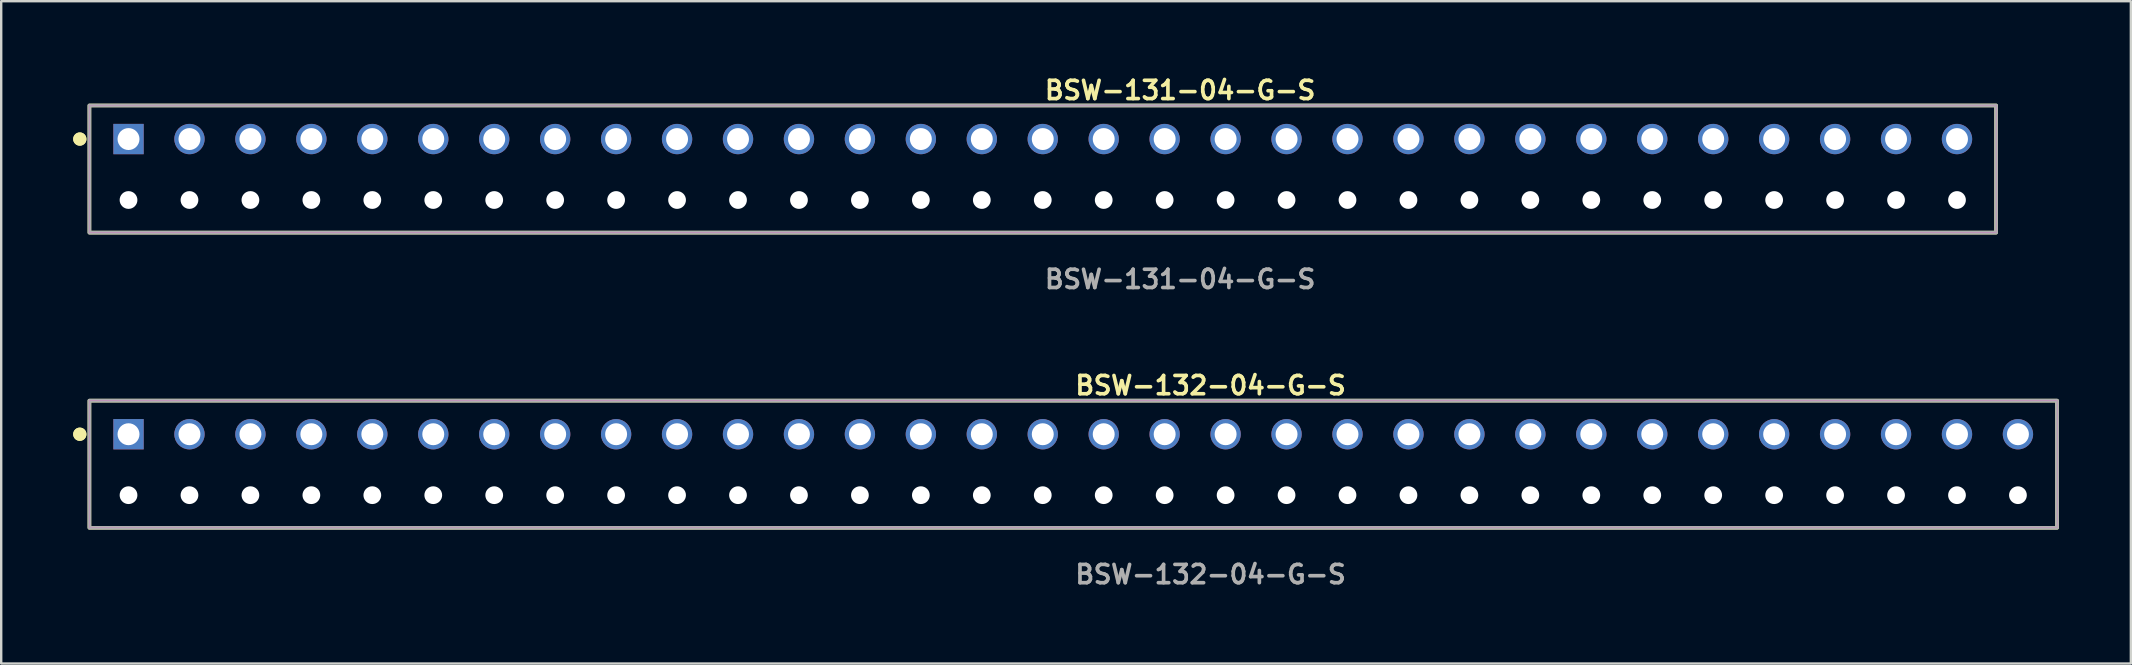
<source format=kicad_pcb>
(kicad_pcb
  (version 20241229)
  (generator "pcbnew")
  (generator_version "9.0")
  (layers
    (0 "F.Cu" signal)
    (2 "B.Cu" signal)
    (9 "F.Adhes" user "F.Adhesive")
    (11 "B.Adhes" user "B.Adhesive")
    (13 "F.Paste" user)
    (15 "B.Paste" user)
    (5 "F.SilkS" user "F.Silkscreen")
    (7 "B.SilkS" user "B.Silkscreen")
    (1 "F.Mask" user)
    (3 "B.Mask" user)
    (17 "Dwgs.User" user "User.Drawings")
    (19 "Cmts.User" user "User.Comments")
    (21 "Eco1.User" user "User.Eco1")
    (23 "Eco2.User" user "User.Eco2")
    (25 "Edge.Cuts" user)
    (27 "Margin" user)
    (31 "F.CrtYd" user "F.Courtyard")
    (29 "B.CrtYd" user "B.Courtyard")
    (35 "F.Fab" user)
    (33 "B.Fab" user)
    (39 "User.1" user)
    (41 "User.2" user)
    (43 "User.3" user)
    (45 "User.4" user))
  (footprint "BSW-131-04-G-S"
    (layer "F.Cu")
    (at 40.406 2.745)
    (property "Reference" "BSW-131-04-G-S" (at 0 -2.032 0) (unlocked yes) (layer "F.SilkS") (effects (font (size 0.762 0.762) (thickness 0.152)) (justify left)))
    (fp_rect (start -39.73 3.9) (end 39.73 -1.4) (stroke (width 0.152) (type solid)) (fill no) (layer "F.SilkS"))
    (fp_circle (center -40.13 0) (end -40.33 0) (stroke (width 0.152) (type solid)) (fill yes) (layer "F.SilkS"))
    (fp_circle (center -40.13 0) (end -40.33 0) (stroke (width 0.152) (type solid)) (fill yes) (layer "F.SilkS"))
    (fp_rect (start -39.73 3.9) (end 39.73 -1.4) (stroke (width 0.006) (type solid)) (fill no) (layer "F.CrtYd"))
    (fp_rect (start -39.73 3.9) (end 39.73 -1.4) (stroke (width 0.152) (type solid)) (fill no) (layer "F.Fab"))
    (fp_text user "${REFERENCE}" (at 0 5.842 0) (unlocked yes) (layer "F.Fab") (effects (font (size 0.762 0.762) (thickness 0.152)) (justify left)))
    (pad "" np_thru_hole circle (at -38.1 2.54) (size 0.74 0.74) (drill 0.74) (layers "*.Cu" "*.Mask"))
    (pad "" np_thru_hole circle (at -35.56 2.54) (size 0.74 0.74) (drill 0.74) (layers "*.Cu" "*.Mask"))
    (pad "" np_thru_hole circle (at -33.02 2.54) (size 0.74 0.74) (drill 0.74) (layers "*.Cu" "*.Mask"))
    (pad "" np_thru_hole circle (at -30.48 2.54) (size 0.74 0.74) (drill 0.74) (layers "*.Cu" "*.Mask"))
    (pad "" np_thru_hole circle (at -27.94 2.54) (size 0.74 0.74) (drill 0.74) (layers "*.Cu" "*.Mask"))
    (pad "" np_thru_hole circle (at -25.4 2.54) (size 0.74 0.74) (drill 0.74) (layers "*.Cu" "*.Mask"))
    (pad "" np_thru_hole circle (at -22.86 2.54) (size 0.74 0.74) (drill 0.74) (layers "*.Cu" "*.Mask"))
    (pad "" np_thru_hole circle (at -20.32 2.54) (size 0.74 0.74) (drill 0.74) (layers "*.Cu" "*.Mask"))
    (pad "" np_thru_hole circle (at -17.78 2.54) (size 0.74 0.74) (drill 0.74) (layers "*.Cu" "*.Mask"))
    (pad "" np_thru_hole circle (at -15.24 2.54) (size 0.74 0.74) (drill 0.74) (layers "*.Cu" "*.Mask"))
    (pad "" np_thru_hole circle (at -12.7 2.54) (size 0.74 0.74) (drill 0.74) (layers "*.Cu" "*.Mask"))
    (pad "" np_thru_hole circle (at -10.16 2.54) (size 0.74 0.74) (drill 0.74) (layers "*.Cu" "*.Mask"))
    (pad "" np_thru_hole circle (at -7.62 2.54) (size 0.74 0.74) (drill 0.74) (layers "*.Cu" "*.Mask"))
    (pad "" np_thru_hole circle (at -5.08 2.54) (size 0.74 0.74) (drill 0.74) (layers "*.Cu" "*.Mask"))
    (pad "" np_thru_hole circle (at -2.54 2.54) (size 0.74 0.74) (drill 0.74) (layers "*.Cu" "*.Mask"))
    (pad "" np_thru_hole circle (at 0 2.54) (size 0.74 0.74) (drill 0.74) (layers "*.Cu" "*.Mask"))
    (pad "" np_thru_hole circle (at 2.54 2.54) (size 0.74 0.74) (drill 0.74) (layers "*.Cu" "*.Mask"))
    (pad "" np_thru_hole circle (at 5.08 2.54) (size 0.74 0.74) (drill 0.74) (layers "*.Cu" "*.Mask"))
    (pad "" np_thru_hole circle (at 7.62 2.54) (size 0.74 0.74) (drill 0.74) (layers "*.Cu" "*.Mask"))
    (pad "" np_thru_hole circle (at 10.16 2.54) (size 0.74 0.74) (drill 0.74) (layers "*.Cu" "*.Mask"))
    (pad "" np_thru_hole circle (at 12.7 2.54) (size 0.74 0.74) (drill 0.74) (layers "*.Cu" "*.Mask"))
    (pad "" np_thru_hole circle (at 15.24 2.54) (size 0.74 0.74) (drill 0.74) (layers "*.Cu" "*.Mask"))
    (pad "" np_thru_hole circle (at 17.78 2.54) (size 0.74 0.74) (drill 0.74) (layers "*.Cu" "*.Mask"))
    (pad "" np_thru_hole circle (at 20.32 2.54) (size 0.74 0.74) (drill 0.74) (layers "*.Cu" "*.Mask"))
    (pad "" np_thru_hole circle (at 22.86 2.54) (size 0.74 0.74) (drill 0.74) (layers "*.Cu" "*.Mask"))
    (pad "" np_thru_hole circle (at 25.4 2.54) (size 0.74 0.74) (drill 0.74) (layers "*.Cu" "*.Mask"))
    (pad "" np_thru_hole circle (at 27.94 2.54) (size 0.74 0.74) (drill 0.74) (layers "*.Cu" "*.Mask"))
    (pad "" np_thru_hole circle (at 30.48 2.54) (size 0.74 0.74) (drill 0.74) (layers "*.Cu" "*.Mask"))
    (pad "" np_thru_hole circle (at 33.02 2.54) (size 0.74 0.74) (drill 0.74) (layers "*.Cu" "*.Mask"))
    (pad "" np_thru_hole circle (at 35.56 2.54) (size 0.74 0.74) (drill 0.74) (layers "*.Cu" "*.Mask"))
    (pad "" np_thru_hole circle (at 38.1 2.54) (size 0.74 0.74) (drill 0.74) (layers "*.Cu" "*.Mask"))
    (pad "1" thru_hole rect (at -38.1 0) (size 1.264 1.264) (drill 0.914) (layers "*.Cu" "*.Mask"))
    (pad "2" thru_hole circle (at -35.56 0) (size 1.264 1.264) (drill 0.914) (layers "*.Cu" "*.Mask"))
    (pad "3" thru_hole circle (at -33.02 0) (size 1.264 1.264) (drill 0.914) (layers "*.Cu" "*.Mask"))
    (pad "4" thru_hole circle (at -30.48 0) (size 1.264 1.264) (drill 0.914) (layers "*.Cu" "*.Mask"))
    (pad "5" thru_hole circle (at -27.94 0) (size 1.264 1.264) (drill 0.914) (layers "*.Cu" "*.Mask"))
    (pad "6" thru_hole circle (at -25.4 0) (size 1.264 1.264) (drill 0.914) (layers "*.Cu" "*.Mask"))
    (pad "7" thru_hole circle (at -22.86 0) (size 1.264 1.264) (drill 0.914) (layers "*.Cu" "*.Mask"))
    (pad "8" thru_hole circle (at -20.32 0) (size 1.264 1.264) (drill 0.914) (layers "*.Cu" "*.Mask"))
    (pad "9" thru_hole circle (at -17.78 0) (size 1.264 1.264) (drill 0.914) (layers "*.Cu" "*.Mask"))
    (pad "10" thru_hole circle (at -15.24 0) (size 1.264 1.264) (drill 0.914) (layers "*.Cu" "*.Mask"))
    (pad "11" thru_hole circle (at -12.7 0) (size 1.264 1.264) (drill 0.914) (layers "*.Cu" "*.Mask"))
    (pad "12" thru_hole circle (at -10.16 0) (size 1.264 1.264) (drill 0.914) (layers "*.Cu" "*.Mask"))
    (pad "13" thru_hole circle (at -7.62 0) (size 1.264 1.264) (drill 0.914) (layers "*.Cu" "*.Mask"))
    (pad "14" thru_hole circle (at -5.08 0) (size 1.264 1.264) (drill 0.914) (layers "*.Cu" "*.Mask"))
    (pad "15" thru_hole circle (at -2.54 0) (size 1.264 1.264) (drill 0.914) (layers "*.Cu" "*.Mask"))
    (pad "16" thru_hole circle (at 0 0) (size 1.264 1.264) (drill 0.914) (layers "*.Cu" "*.Mask"))
    (pad "17" thru_hole circle (at 2.54 0) (size 1.264 1.264) (drill 0.914) (layers "*.Cu" "*.Mask"))
    (pad "18" thru_hole circle (at 5.08 0) (size 1.264 1.264) (drill 0.914) (layers "*.Cu" "*.Mask"))
    (pad "19" thru_hole circle (at 7.62 0) (size 1.264 1.264) (drill 0.914) (layers "*.Cu" "*.Mask"))
    (pad "20" thru_hole circle (at 10.16 0) (size 1.264 1.264) (drill 0.914) (layers "*.Cu" "*.Mask"))
    (pad "21" thru_hole circle (at 12.7 0) (size 1.264 1.264) (drill 0.914) (layers "*.Cu" "*.Mask"))
    (pad "22" thru_hole circle (at 15.24 0) (size 1.264 1.264) (drill 0.914) (layers "*.Cu" "*.Mask"))
    (pad "23" thru_hole circle (at 17.78 0) (size 1.264 1.264) (drill 0.914) (layers "*.Cu" "*.Mask"))
    (pad "24" thru_hole circle (at 20.32 0) (size 1.264 1.264) (drill 0.914) (layers "*.Cu" "*.Mask"))
    (pad "25" thru_hole circle (at 22.86 0) (size 1.264 1.264) (drill 0.914) (layers "*.Cu" "*.Mask"))
    (pad "26" thru_hole circle (at 25.4 0) (size 1.264 1.264) (drill 0.914) (layers "*.Cu" "*.Mask"))
    (pad "27" thru_hole circle (at 27.94 0) (size 1.264 1.264) (drill 0.914) (layers "*.Cu" "*.Mask"))
    (pad "28" thru_hole circle (at 30.48 0) (size 1.264 1.264) (drill 0.914) (layers "*.Cu" "*.Mask"))
    (pad "29" thru_hole circle (at 33.02 0) (size 1.264 1.264) (drill 0.914) (layers "*.Cu" "*.Mask"))
    (pad "30" thru_hole circle (at 35.56 0) (size 1.264 1.264) (drill 0.914) (layers "*.Cu" "*.Mask"))
    (pad "31" thru_hole circle (at 38.1 0) (size 1.264 1.264) (drill 0.914) (layers "*.Cu" "*.Mask")))
  (footprint "BSW-132-04-G-S"
    (layer "F.Cu")
    (at 41.676 15.046)
    (property "Reference" "BSW-132-04-G-S" (at 0 -2.032 0) (unlocked yes) (layer "F.SilkS") (effects (font (size 0.762 0.762) (thickness 0.152)) (justify left)))
    (fp_rect (start -41 3.9) (end 41 -1.4) (stroke (width 0.152) (type solid)) (fill no) (layer "F.SilkS"))
    (fp_circle (center -41.4 0) (end -41.6 0) (stroke (width 0.152) (type solid)) (fill yes) (layer "F.SilkS"))
    (fp_circle (center -41.4 0) (end -41.6 0) (stroke (width 0.152) (type solid)) (fill yes) (layer "F.SilkS"))
    (fp_rect (start -41 3.9) (end 41 -1.4) (stroke (width 0.006) (type solid)) (fill no) (layer "F.CrtYd"))
    (fp_rect (start -41 3.9) (end 41 -1.4) (stroke (width 0.152) (type solid)) (fill no) (layer "F.Fab"))
    (fp_text user "${REFERENCE}" (at 0 5.842 0) (unlocked yes) (layer "F.Fab") (effects (font (size 0.762 0.762) (thickness 0.152)) (justify left)))
    (pad "" np_thru_hole circle (at -39.37 2.54) (size 0.74 0.74) (drill 0.74) (layers "*.Cu" "*.Mask"))
    (pad "" np_thru_hole circle (at -36.83 2.54) (size 0.74 0.74) (drill 0.74) (layers "*.Cu" "*.Mask"))
    (pad "" np_thru_hole circle (at -34.29 2.54) (size 0.74 0.74) (drill 0.74) (layers "*.Cu" "*.Mask"))
    (pad "" np_thru_hole circle (at -31.75 2.54) (size 0.74 0.74) (drill 0.74) (layers "*.Cu" "*.Mask"))
    (pad "" np_thru_hole circle (at -29.21 2.54) (size 0.74 0.74) (drill 0.74) (layers "*.Cu" "*.Mask"))
    (pad "" np_thru_hole circle (at -26.67 2.54) (size 0.74 0.74) (drill 0.74) (layers "*.Cu" "*.Mask"))
    (pad "" np_thru_hole circle (at -24.13 2.54) (size 0.74 0.74) (drill 0.74) (layers "*.Cu" "*.Mask"))
    (pad "" np_thru_hole circle (at -21.59 2.54) (size 0.74 0.74) (drill 0.74) (layers "*.Cu" "*.Mask"))
    (pad "" np_thru_hole circle (at -19.05 2.54) (size 0.74 0.74) (drill 0.74) (layers "*.Cu" "*.Mask"))
    (pad "" np_thru_hole circle (at -16.51 2.54) (size 0.74 0.74) (drill 0.74) (layers "*.Cu" "*.Mask"))
    (pad "" np_thru_hole circle (at -13.97 2.54) (size 0.74 0.74) (drill 0.74) (layers "*.Cu" "*.Mask"))
    (pad "" np_thru_hole circle (at -11.43 2.54) (size 0.74 0.74) (drill 0.74) (layers "*.Cu" "*.Mask"))
    (pad "" np_thru_hole circle (at -8.89 2.54) (size 0.74 0.74) (drill 0.74) (layers "*.Cu" "*.Mask"))
    (pad "" np_thru_hole circle (at -6.35 2.54) (size 0.74 0.74) (drill 0.74) (layers "*.Cu" "*.Mask"))
    (pad "" np_thru_hole circle (at -3.81 2.54) (size 0.74 0.74) (drill 0.74) (layers "*.Cu" "*.Mask"))
    (pad "" np_thru_hole circle (at -1.27 2.54) (size 0.74 0.74) (drill 0.74) (layers "*.Cu" "*.Mask"))
    (pad "" np_thru_hole circle (at 1.27 2.54) (size 0.74 0.74) (drill 0.74) (layers "*.Cu" "*.Mask"))
    (pad "" np_thru_hole circle (at 3.81 2.54) (size 0.74 0.74) (drill 0.74) (layers "*.Cu" "*.Mask"))
    (pad "" np_thru_hole circle (at 6.35 2.54) (size 0.74 0.74) (drill 0.74) (layers "*.Cu" "*.Mask"))
    (pad "" np_thru_hole circle (at 8.89 2.54) (size 0.74 0.74) (drill 0.74) (layers "*.Cu" "*.Mask"))
    (pad "" np_thru_hole circle (at 11.43 2.54) (size 0.74 0.74) (drill 0.74) (layers "*.Cu" "*.Mask"))
    (pad "" np_thru_hole circle (at 13.97 2.54) (size 0.74 0.74) (drill 0.74) (layers "*.Cu" "*.Mask"))
    (pad "" np_thru_hole circle (at 16.51 2.54) (size 0.74 0.74) (drill 0.74) (layers "*.Cu" "*.Mask"))
    (pad "" np_thru_hole circle (at 19.05 2.54) (size 0.74 0.74) (drill 0.74) (layers "*.Cu" "*.Mask"))
    (pad "" np_thru_hole circle (at 21.59 2.54) (size 0.74 0.74) (drill 0.74) (layers "*.Cu" "*.Mask"))
    (pad "" np_thru_hole circle (at 24.13 2.54) (size 0.74 0.74) (drill 0.74) (layers "*.Cu" "*.Mask"))
    (pad "" np_thru_hole circle (at 26.67 2.54) (size 0.74 0.74) (drill 0.74) (layers "*.Cu" "*.Mask"))
    (pad "" np_thru_hole circle (at 29.21 2.54) (size 0.74 0.74) (drill 0.74) (layers "*.Cu" "*.Mask"))
    (pad "" np_thru_hole circle (at 31.75 2.54) (size 0.74 0.74) (drill 0.74) (layers "*.Cu" "*.Mask"))
    (pad "" np_thru_hole circle (at 34.29 2.54) (size 0.74 0.74) (drill 0.74) (layers "*.Cu" "*.Mask"))
    (pad "" np_thru_hole circle (at 36.83 2.54) (size 0.74 0.74) (drill 0.74) (layers "*.Cu" "*.Mask"))
    (pad "" np_thru_hole circle (at 39.37 2.54) (size 0.74 0.74) (drill 0.74) (layers "*.Cu" "*.Mask"))
    (pad "1" thru_hole rect (at -39.37 0) (size 1.264 1.264) (drill 0.914) (layers "*.Cu" "*.Mask"))
    (pad "2" thru_hole circle (at -36.83 0) (size 1.264 1.264) (drill 0.914) (layers "*.Cu" "*.Mask"))
    (pad "3" thru_hole circle (at -34.29 0) (size 1.264 1.264) (drill 0.914) (layers "*.Cu" "*.Mask"))
    (pad "4" thru_hole circle (at -31.75 0) (size 1.264 1.264) (drill 0.914) (layers "*.Cu" "*.Mask"))
    (pad "5" thru_hole circle (at -29.21 0) (size 1.264 1.264) (drill 0.914) (layers "*.Cu" "*.Mask"))
    (pad "6" thru_hole circle (at -26.67 0) (size 1.264 1.264) (drill 0.914) (layers "*.Cu" "*.Mask"))
    (pad "7" thru_hole circle (at -24.13 0) (size 1.264 1.264) (drill 0.914) (layers "*.Cu" "*.Mask"))
    (pad "8" thru_hole circle (at -21.59 0) (size 1.264 1.264) (drill 0.914) (layers "*.Cu" "*.Mask"))
    (pad "9" thru_hole circle (at -19.05 0) (size 1.264 1.264) (drill 0.914) (layers "*.Cu" "*.Mask"))
    (pad "10" thru_hole circle (at -16.51 0) (size 1.264 1.264) (drill 0.914) (layers "*.Cu" "*.Mask"))
    (pad "11" thru_hole circle (at -13.97 0) (size 1.264 1.264) (drill 0.914) (layers "*.Cu" "*.Mask"))
    (pad "12" thru_hole circle (at -11.43 0) (size 1.264 1.264) (drill 0.914) (layers "*.Cu" "*.Mask"))
    (pad "13" thru_hole circle (at -8.89 0) (size 1.264 1.264) (drill 0.914) (layers "*.Cu" "*.Mask"))
    (pad "14" thru_hole circle (at -6.35 0) (size 1.264 1.264) (drill 0.914) (layers "*.Cu" "*.Mask"))
    (pad "15" thru_hole circle (at -3.81 0) (size 1.264 1.264) (drill 0.914) (layers "*.Cu" "*.Mask"))
    (pad "16" thru_hole circle (at -1.27 0) (size 1.264 1.264) (drill 0.914) (layers "*.Cu" "*.Mask"))
    (pad "17" thru_hole circle (at 1.27 0) (size 1.264 1.264) (drill 0.914) (layers "*.Cu" "*.Mask"))
    (pad "18" thru_hole circle (at 3.81 0) (size 1.264 1.264) (drill 0.914) (layers "*.Cu" "*.Mask"))
    (pad "19" thru_hole circle (at 6.35 0) (size 1.264 1.264) (drill 0.914) (layers "*.Cu" "*.Mask"))
    (pad "20" thru_hole circle (at 8.89 0) (size 1.264 1.264) (drill 0.914) (layers "*.Cu" "*.Mask"))
    (pad "21" thru_hole circle (at 11.43 0) (size 1.264 1.264) (drill 0.914) (layers "*.Cu" "*.Mask"))
    (pad "22" thru_hole circle (at 13.97 0) (size 1.264 1.264) (drill 0.914) (layers "*.Cu" "*.Mask"))
    (pad "23" thru_hole circle (at 16.51 0) (size 1.264 1.264) (drill 0.914) (layers "*.Cu" "*.Mask"))
    (pad "24" thru_hole circle (at 19.05 0) (size 1.264 1.264) (drill 0.914) (layers "*.Cu" "*.Mask"))
    (pad "25" thru_hole circle (at 21.59 0) (size 1.264 1.264) (drill 0.914) (layers "*.Cu" "*.Mask"))
    (pad "26" thru_hole circle (at 24.13 0) (size 1.264 1.264) (drill 0.914) (layers "*.Cu" "*.Mask"))
    (pad "27" thru_hole circle (at 26.67 0) (size 1.264 1.264) (drill 0.914) (layers "*.Cu" "*.Mask"))
    (pad "28" thru_hole circle (at 29.21 0) (size 1.264 1.264) (drill 0.914) (layers "*.Cu" "*.Mask"))
    (pad "29" thru_hole circle (at 31.75 0) (size 1.264 1.264) (drill 0.914) (layers "*.Cu" "*.Mask"))
    (pad "30" thru_hole circle (at 34.29 0) (size 1.264 1.264) (drill 0.914) (layers "*.Cu" "*.Mask"))
    (pad "31" thru_hole circle (at 36.83 0) (size 1.264 1.264) (drill 0.914) (layers "*.Cu" "*.Mask"))
    (pad "32" thru_hole circle (at 39.37 0) (size 1.264 1.264) (drill 0.914) (layers "*.Cu" "*.Mask")))
  (gr_rect
    (start -3 -3)
    (end 85.752 24.601)
    (stroke (width 0.1) (type default))
    (fill no)
    (layer "Edge.Cuts")))
</source>
